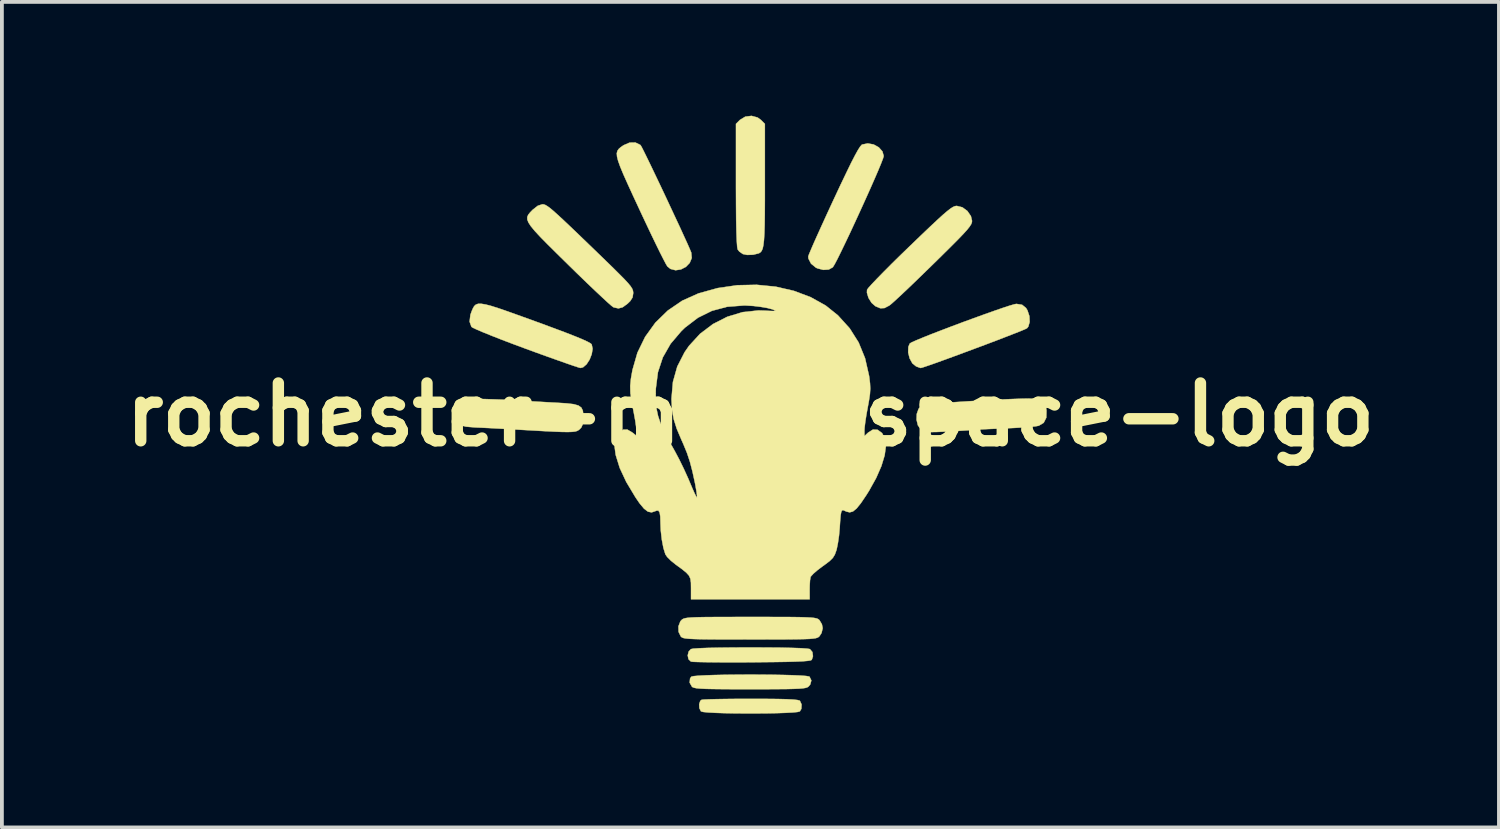
<source format=kicad_pcb>
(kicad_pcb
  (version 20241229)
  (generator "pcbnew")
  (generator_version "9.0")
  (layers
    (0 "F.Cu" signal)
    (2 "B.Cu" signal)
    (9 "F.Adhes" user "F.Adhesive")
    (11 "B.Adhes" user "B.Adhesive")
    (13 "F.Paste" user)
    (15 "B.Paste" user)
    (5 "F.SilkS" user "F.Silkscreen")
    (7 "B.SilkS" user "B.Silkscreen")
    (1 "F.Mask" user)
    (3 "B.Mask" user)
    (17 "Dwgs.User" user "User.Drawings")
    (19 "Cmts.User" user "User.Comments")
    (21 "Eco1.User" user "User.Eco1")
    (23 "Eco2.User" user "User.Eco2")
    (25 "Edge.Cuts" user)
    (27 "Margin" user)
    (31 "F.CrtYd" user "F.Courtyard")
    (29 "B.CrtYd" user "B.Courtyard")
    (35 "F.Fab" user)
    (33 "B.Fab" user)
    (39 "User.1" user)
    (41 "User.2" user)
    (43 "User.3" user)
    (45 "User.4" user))
  (footprint "rochester-makerspace-logo"
    (layer "F.Cu")
    (at 16.735 7.882)
    (property "Reference" "rochester-makerspace-logo" (at 0 0 0) (layer "F.SilkS") (effects (font (size 1.524 1.524) (thickness 0.3))))
    (attr through_hole)
    (fp_poly (pts (xy 0.189 -7.834) (xy 0.277 -7.77) (xy 0.381 -7.666) (xy 0.381 -6.079) (xy 0.381 -5.645) (xy 0.379 -5.287) (xy 0.375 -4.999) (xy 0.368 -4.772) (xy 0.357 -4.598) (xy 0.342 -4.47) (xy 0.323 -4.38) (xy 0.297 -4.319) (xy 0.266 -4.281) (xy 0.227 -4.256) (xy 0.217 -4.252) (xy 0.071 -4.216) (xy -0.088 -4.211) (xy -0.198 -4.234) (xy -0.293 -4.3) (xy -0.336 -4.355) (xy -0.349 -4.424) (xy -0.36 -4.577) (xy -0.369 -4.812) (xy -0.376 -5.128) (xy -0.379 -5.523) (xy -0.381 -5.997) (xy -0.381 -6.053) (xy -0.381 -7.666) (xy -0.277 -7.77) (xy -0.136 -7.856) (xy 0.029 -7.877) (xy 0.189 -7.834)) (stroke (width 0.01) (type solid)) (fill yes) (layer "F.SilkS"))
    (fp_poly (pts (xy 0.406 7.494) (xy 0.717 7.497) (xy 0.955 7.503) (xy 1.127 7.512) (xy 1.239 7.524) (xy 1.296 7.539) (xy 1.304 7.544) (xy 1.349 7.641) (xy 1.343 7.755) (xy 1.304 7.823) (xy 1.247 7.839) (xy 1.119 7.852) (xy 0.931 7.862) (xy 0.699 7.87) (xy 0.433 7.875) (xy 0.148 7.877) (xy -0.143 7.877) (xy -0.428 7.875) (xy -0.694 7.87) (xy -0.928 7.862) (xy -1.116 7.852) (xy -1.245 7.839) (xy -1.304 7.823) (xy -1.304 7.823) (xy -1.346 7.739) (xy -1.351 7.634) (xy -1.322 7.547) (xy -1.288 7.519) (xy -1.23 7.512) (xy -1.098 7.506) (xy -0.904 7.501) (xy -0.66 7.497) (xy -0.375 7.494) (xy -0.063 7.493) (xy 0.016 7.493) (xy 0.406 7.494)) (stroke (width 0.01) (type solid)) (fill yes) (layer "F.SilkS"))
    (fp_poly (pts (xy 0.435 6.14) (xy 0.806 6.143) (xy 1.109 6.15) (xy 1.339 6.158) (xy 1.493 6.169) (xy 1.567 6.181) (xy 1.569 6.182) (xy 1.634 6.259) (xy 1.649 6.37) (xy 1.617 6.465) (xy 1.586 6.48) (xy 1.508 6.492) (xy 1.378 6.503) (xy 1.19 6.511) (xy 0.938 6.518) (xy 0.615 6.523) (xy 0.216 6.527) (xy 0.048 6.529) (xy -0.307 6.531) (xy -0.638 6.531) (xy -0.934 6.529) (xy -1.185 6.526) (xy -1.382 6.522) (xy -1.513 6.517) (xy -1.569 6.51) (xy -1.633 6.448) (xy -1.653 6.348) (xy -1.629 6.247) (xy -1.569 6.182) (xy -1.502 6.169) (xy -1.354 6.159) (xy -1.129 6.15) (xy -0.832 6.144) (xy -0.466 6.14) (xy -0.036 6.138) (xy 0 6.138) (xy 0.435 6.14)) (stroke (width 0.01) (type solid)) (fill yes) (layer "F.SilkS"))
    (fp_poly (pts (xy 0.265 6.855) (xy 0.572 6.858) (xy 0.858 6.863) (xy 1.11 6.87) (xy 1.317 6.879) (xy 1.467 6.89) (xy 1.548 6.904) (xy 1.558 6.909) (xy 1.606 7.008) (xy 1.577 7.115) (xy 1.531 7.169) (xy 1.503 7.188) (xy 1.459 7.203) (xy 1.389 7.215) (xy 1.287 7.224) (xy 1.143 7.23) (xy 0.948 7.235) (xy 0.693 7.237) (xy 0.372 7.239) (xy -0.011 7.239) (xy -0.408 7.239) (xy -0.729 7.237) (xy -0.981 7.234) (xy -1.175 7.23) (xy -1.318 7.223) (xy -1.418 7.214) (xy -1.484 7.201) (xy -1.524 7.186) (xy -1.542 7.172) (xy -1.602 7.066) (xy -1.591 6.956) (xy -1.558 6.909) (xy -1.502 6.895) (xy -1.374 6.883) (xy -1.184 6.873) (xy -0.946 6.865) (xy -0.67 6.859) (xy -0.368 6.856) (xy -0.053 6.854) (xy 0.265 6.855)) (stroke (width 0.01) (type solid)) (fill yes) (layer "F.SilkS"))
    (fp_poly (pts (xy -6.977 -2.903) (xy -6.818 -2.861) (xy -6.61 -2.794) (xy -6.346 -2.702) (xy -6.017 -2.584) (xy -5.655 -2.453) (xy -5.239 -2.3) (xy -4.899 -2.173) (xy -4.63 -2.068) (xy -4.429 -1.985) (xy -4.29 -1.921) (xy -4.209 -1.875) (xy -4.185 -1.852) (xy -4.161 -1.736) (xy -4.184 -1.595) (xy -4.24 -1.451) (xy -4.321 -1.327) (xy -4.413 -1.248) (xy -4.481 -1.231) (xy -4.536 -1.246) (xy -4.661 -1.287) (xy -4.846 -1.351) (xy -5.081 -1.434) (xy -5.357 -1.532) (xy -5.664 -1.643) (xy -5.927 -1.739) (xy -6.252 -1.86) (xy -6.552 -1.974) (xy -6.819 -2.079) (xy -7.042 -2.169) (xy -7.213 -2.242) (xy -7.321 -2.293) (xy -7.355 -2.315) (xy -7.404 -2.452) (xy -7.383 -2.631) (xy -7.347 -2.732) (xy -7.315 -2.805) (xy -7.282 -2.862) (xy -7.239 -2.901) (xy -7.18 -2.922) (xy -7.095 -2.923) (xy -6.977 -2.903)) (stroke (width 0.01) (type solid)) (fill yes) (layer "F.SilkS"))
    (fp_poly (pts (xy 3.248 -7.123) (xy 3.384 -7.048) (xy 3.48 -6.94) (xy 3.514 -6.819) (xy 3.496 -6.755) (xy 3.447 -6.627) (xy 3.371 -6.443) (xy 3.273 -6.216) (xy 3.158 -5.955) (xy 3.031 -5.672) (xy 2.897 -5.377) (xy 2.761 -5.081) (xy 2.628 -4.795) (xy 2.502 -4.53) (xy 2.389 -4.296) (xy 2.294 -4.104) (xy 2.221 -3.965) (xy 2.175 -3.89) (xy 2.171 -3.885) (xy 2.066 -3.826) (xy 1.921 -3.817) (xy 1.766 -3.857) (xy 1.726 -3.876) (xy 1.598 -3.981) (xy 1.53 -4.113) (xy 1.524 -4.166) (xy 1.541 -4.218) (xy 1.591 -4.338) (xy 1.668 -4.517) (xy 1.77 -4.745) (xy 1.892 -5.014) (xy 2.03 -5.316) (xy 2.18 -5.64) (xy 2.187 -5.655) (xy 2.373 -6.052) (xy 2.529 -6.378) (xy 2.655 -6.637) (xy 2.757 -6.835) (xy 2.835 -6.976) (xy 2.894 -7.068) (xy 2.935 -7.115) (xy 2.946 -7.121) (xy 3.094 -7.151) (xy 3.248 -7.123)) (stroke (width 0.01) (type solid)) (fill yes) (layer "F.SilkS"))
    (fp_poly (pts (xy 7.163 -2.896) (xy 7.266 -2.812) (xy 7.304 -2.749) (xy 7.355 -2.597) (xy 7.362 -2.444) (xy 7.326 -2.32) (xy 7.292 -2.278) (xy 7.241 -2.253) (xy 7.122 -2.203) (xy 6.947 -2.134) (xy 6.726 -2.048) (xy 6.472 -1.95) (xy 6.194 -1.845) (xy 5.904 -1.737) (xy 5.614 -1.629) (xy 5.335 -1.526) (xy 5.077 -1.432) (xy 4.853 -1.351) (xy 4.672 -1.288) (xy 4.547 -1.246) (xy 4.489 -1.23) (xy 4.487 -1.23) (xy 4.436 -1.247) (xy 4.369 -1.272) (xy 4.27 -1.352) (xy 4.197 -1.485) (xy 4.159 -1.64) (xy 4.164 -1.787) (xy 4.202 -1.876) (xy 4.252 -1.906) (xy 4.371 -1.959) (xy 4.547 -2.032) (xy 4.769 -2.121) (xy 5.026 -2.22) (xy 5.306 -2.327) (xy 5.597 -2.436) (xy 5.89 -2.543) (xy 6.171 -2.645) (xy 6.43 -2.737) (xy 6.656 -2.815) (xy 6.836 -2.874) (xy 6.961 -2.91) (xy 7.013 -2.92) (xy 7.163 -2.896)) (stroke (width 0.01) (type solid)) (fill yes) (layer "F.SilkS"))
    (fp_poly (pts (xy -2.906 -7.113) (xy -2.893 -7.1) (xy -2.866 -7.053) (xy -2.808 -6.939) (xy -2.725 -6.77) (xy -2.621 -6.556) (xy -2.502 -6.307) (xy -2.372 -6.035) (xy -2.237 -5.749) (xy -2.102 -5.46) (xy -1.971 -5.18) (xy -1.849 -4.919) (xy -1.743 -4.686) (xy -1.655 -4.494) (xy -1.593 -4.352) (xy -1.56 -4.272) (xy -1.547 -4.13) (xy -1.6 -4.001) (xy -1.7 -3.897) (xy -1.831 -3.829) (xy -1.973 -3.807) (xy -2.108 -3.842) (xy -2.187 -3.905) (xy -2.224 -3.965) (xy -2.291 -4.092) (xy -2.385 -4.277) (xy -2.5 -4.512) (xy -2.632 -4.786) (xy -2.776 -5.09) (xy -2.919 -5.395) (xy -3.096 -5.776) (xy -3.239 -6.088) (xy -3.351 -6.339) (xy -3.433 -6.537) (xy -3.488 -6.69) (xy -3.517 -6.805) (xy -3.523 -6.892) (xy -3.506 -6.956) (xy -3.47 -7.007) (xy -3.417 -7.053) (xy -3.347 -7.101) (xy -3.344 -7.103) (xy -3.187 -7.171) (xy -3.033 -7.174) (xy -2.906 -7.113)) (stroke (width 0.01) (type solid)) (fill yes) (layer "F.SilkS"))
    (fp_poly (pts (xy 5.589 -5.466) (xy 5.721 -5.368) (xy 5.813 -5.234) (xy 5.843 -5.108) (xy 5.838 -5.067) (xy 5.819 -5.019) (xy 5.779 -4.957) (xy 5.714 -4.875) (xy 5.616 -4.767) (xy 5.481 -4.626) (xy 5.301 -4.445) (xy 5.072 -4.218) (xy 4.816 -3.966) (xy 4.567 -3.724) (xy 4.333 -3.497) (xy 4.121 -3.294) (xy 3.939 -3.123) (xy 3.795 -2.99) (xy 3.698 -2.905) (xy 3.662 -2.877) (xy 3.533 -2.81) (xy 3.424 -2.805) (xy 3.297 -2.858) (xy 3.194 -2.948) (xy 3.113 -3.078) (xy 3.072 -3.214) (xy 3.075 -3.291) (xy 3.11 -3.341) (xy 3.2 -3.441) (xy 3.337 -3.585) (xy 3.514 -3.766) (xy 3.724 -3.977) (xy 3.96 -4.209) (xy 4.201 -4.442) (xy 4.493 -4.723) (xy 4.731 -4.95) (xy 4.922 -5.129) (xy 5.071 -5.265) (xy 5.187 -5.364) (xy 5.274 -5.432) (xy 5.34 -5.474) (xy 5.391 -5.496) (xy 5.434 -5.503) (xy 5.442 -5.503) (xy 5.589 -5.466)) (stroke (width 0.01) (type solid)) (fill yes) (layer "F.SilkS"))
    (fp_poly (pts (xy -7.216 -0.415) (xy -6.981 -0.41) (xy -6.723 -0.402) (xy -6.457 -0.392) (xy -6.198 -0.379) (xy -5.963 -0.365) (xy -5.884 -0.359) (xy -5.75 -0.35) (xy -5.556 -0.339) (xy -5.331 -0.326) (xy -5.107 -0.314) (xy -4.847 -0.298) (xy -4.66 -0.276) (xy -4.534 -0.24) (xy -4.457 -0.185) (xy -4.418 -0.103) (xy -4.404 0.013) (xy -4.403 0.083) (xy -4.414 0.233) (xy -4.454 0.332) (xy -4.495 0.379) (xy -4.529 0.407) (xy -4.568 0.429) (xy -4.622 0.445) (xy -4.701 0.454) (xy -4.812 0.458) (xy -4.965 0.456) (xy -5.169 0.448) (xy -5.433 0.435) (xy -5.766 0.416) (xy -6.054 0.4) (xy -6.345 0.383) (xy -6.627 0.368) (xy -6.882 0.354) (xy -7.093 0.344) (xy -7.24 0.338) (xy -7.26 0.337) (xy -7.499 0.317) (xy -7.665 0.271) (xy -7.769 0.193) (xy -7.821 0.075) (xy -7.832 -0.044) (xy -7.805 -0.211) (xy -7.735 -0.34) (xy -7.632 -0.408) (xy -7.629 -0.409) (xy -7.555 -0.415) (xy -7.413 -0.417) (xy -7.216 -0.415)) (stroke (width 0.01) (type solid)) (fill yes) (layer "F.SilkS"))
    (fp_poly (pts (xy 7.546 -0.413) (xy 7.676 -0.376) (xy 7.754 -0.301) (xy 7.796 -0.178) (xy 7.806 -0.111) (xy 7.801 0.078) (xy 7.733 0.214) (xy 7.603 0.292) (xy 7.517 0.308) (xy 7.364 0.324) (xy 7.161 0.339) (xy 6.927 0.352) (xy 6.773 0.359) (xy 6.522 0.369) (xy 6.286 0.379) (xy 6.085 0.389) (xy 5.937 0.398) (xy 5.884 0.402) (xy 5.768 0.411) (xy 5.591 0.422) (xy 5.377 0.435) (xy 5.15 0.446) (xy 5.143 0.447) (xy 4.914 0.457) (xy 4.753 0.46) (xy 4.645 0.455) (xy 4.574 0.441) (xy 4.523 0.415) (xy 4.498 0.396) (xy 4.416 0.283) (xy 4.38 0.136) (xy 4.386 -0.019) (xy 4.434 -0.154) (xy 4.522 -0.245) (xy 4.539 -0.253) (xy 4.604 -0.265) (xy 4.74 -0.28) (xy 4.936 -0.297) (xy 5.179 -0.315) (xy 5.458 -0.334) (xy 5.758 -0.353) (xy 6.069 -0.371) (xy 6.378 -0.388) (xy 6.672 -0.402) (xy 6.938 -0.413) (xy 7.165 -0.421) (xy 7.34 -0.424) (xy 7.349 -0.424) (xy 7.546 -0.413)) (stroke (width 0.01) (type solid)) (fill yes) (layer "F.SilkS"))
    (fp_poly (pts (xy -5.45 -5.543) (xy -5.411 -5.53) (xy -5.362 -5.502) (xy -5.296 -5.456) (xy -5.21 -5.385) (xy -5.097 -5.284) (xy -4.951 -5.15) (xy -4.767 -4.976) (xy -4.539 -4.758) (xy -4.263 -4.492) (xy -3.931 -4.171) (xy -3.905 -4.146) (xy -3.66 -3.908) (xy -3.47 -3.72) (xy -3.327 -3.576) (xy -3.225 -3.466) (xy -3.157 -3.383) (xy -3.117 -3.32) (xy -3.097 -3.268) (xy -3.091 -3.22) (xy -3.09 -3.207) (xy -3.107 -3.092) (xy -3.169 -2.994) (xy -3.24 -2.925) (xy -3.369 -2.831) (xy -3.48 -2.801) (xy -3.601 -2.828) (xy -3.619 -2.836) (xy -3.668 -2.874) (xy -3.77 -2.964) (xy -3.917 -3.1) (xy -4.102 -3.274) (xy -4.318 -3.48) (xy -4.557 -3.711) (xy -4.796 -3.945) (xy -5.098 -4.242) (xy -5.344 -4.486) (xy -5.538 -4.683) (xy -5.685 -4.842) (xy -5.788 -4.967) (xy -5.853 -5.066) (xy -5.883 -5.145) (xy -5.883 -5.212) (xy -5.857 -5.271) (xy -5.809 -5.331) (xy -5.744 -5.398) (xy -5.74 -5.402) (xy -5.606 -5.507) (xy -5.486 -5.546) (xy -5.484 -5.546) (xy -5.45 -5.543)) (stroke (width 0.01) (type solid)) (fill yes) (layer "F.SilkS"))
    (fp_poly (pts (xy 0.429 5.334) (xy 0.782 5.335) (xy 1.066 5.336) (xy 1.289 5.339) (xy 1.459 5.344) (xy 1.585 5.35) (xy 1.675 5.359) (xy 1.736 5.37) (xy 1.776 5.385) (xy 1.804 5.403) (xy 1.82 5.419) (xy 1.884 5.525) (xy 1.905 5.63) (xy 1.876 5.755) (xy 1.82 5.842) (xy 1.797 5.863) (xy 1.766 5.88) (xy 1.721 5.894) (xy 1.653 5.904) (xy 1.555 5.913) (xy 1.417 5.918) (xy 1.233 5.922) (xy 0.995 5.925) (xy 0.693 5.926) (xy 0.322 5.927) (xy -0.015 5.927) (xy -0.447 5.926) (xy -0.802 5.926) (xy -1.089 5.924) (xy -1.314 5.921) (xy -1.486 5.916) (xy -1.613 5.91) (xy -1.703 5.901) (xy -1.763 5.89) (xy -1.802 5.875) (xy -1.827 5.858) (xy -1.835 5.849) (xy -1.894 5.728) (xy -1.898 5.582) (xy -1.847 5.45) (xy -1.82 5.419) (xy -1.797 5.398) (xy -1.766 5.381) (xy -1.721 5.367) (xy -1.653 5.356) (xy -1.554 5.348) (xy -1.416 5.342) (xy -1.231 5.338) (xy -0.991 5.336) (xy -0.688 5.335) (xy -0.315 5.334) (xy 0 5.334) (xy 0.429 5.334)) (stroke (width 0.01) (type solid)) (fill yes) (layer "F.SilkS"))
    (fp_poly (pts (xy 0.666 -3.374) (xy 1.145 -3.264) (xy 1.589 -3.097) (xy 1.988 -2.874) (xy 2.307 -2.618) (xy 2.617 -2.276) (xy 2.853 -1.903) (xy 3.022 -1.489) (xy 3.128 -1.024) (xy 3.133 -0.991) (xy 3.153 -0.826) (xy 3.16 -0.686) (xy 3.151 -0.543) (xy 3.125 -0.368) (xy 3.094 -0.198) (xy 3.057 0.006) (xy 3.028 0.195) (xy 3.01 0.344) (xy 3.006 0.412) (xy 3.006 0.565) (xy 3.104 0.473) (xy 3.23 0.394) (xy 3.352 0.399) (xy 3.47 0.485) (xy 3.55 0.63) (xy 3.572 0.829) (xy 3.539 1.073) (xy 3.453 1.356) (xy 3.316 1.669) (xy 3.128 2.007) (xy 3.051 2.129) (xy 2.911 2.336) (xy 2.799 2.474) (xy 2.704 2.552) (xy 2.617 2.576) (xy 2.528 2.555) (xy 2.501 2.542) (xy 2.452 2.519) (xy 2.418 2.522) (xy 2.395 2.562) (xy 2.379 2.651) (xy 2.366 2.803) (xy 2.354 2.985) (xy 2.336 3.187) (xy 2.307 3.386) (xy 2.275 3.546) (xy 2.266 3.577) (xy 2.226 3.689) (xy 2.173 3.776) (xy 2.09 3.859) (xy 1.958 3.959) (xy 1.906 3.996) (xy 1.768 4.1) (xy 1.657 4.196) (xy 1.593 4.268) (xy 1.585 4.283) (xy 1.571 4.369) (xy 1.563 4.504) (xy 1.561 4.616) (xy 1.562 4.868) (xy -1.566 4.868) (xy -1.566 4.574) (xy -1.568 4.431) (xy -1.582 4.327) (xy -1.62 4.244) (xy -1.692 4.164) (xy -1.811 4.068) (xy -1.967 3.955) (xy -2.094 3.853) (xy -2.194 3.753) (xy -2.242 3.683) (xy -2.294 3.515) (xy -2.336 3.295) (xy -2.363 3.059) (xy -2.371 2.876) (xy -2.376 2.69) (xy -2.393 2.578) (xy -2.428 2.529) (xy -2.483 2.533) (xy -2.506 2.544) (xy -2.605 2.577) (xy -2.702 2.557) (xy -2.805 2.479) (xy -2.924 2.336) (xy -3.031 2.179) (xy -3.274 1.773) (xy -3.446 1.405) (xy -3.55 1.069) (xy -3.555 1.044) (xy -3.584 0.822) (xy -3.565 0.653) (xy -3.495 0.516) (xy -3.461 0.476) (xy -3.354 0.397) (xy -3.245 0.394) (xy -3.117 0.469) (xy -3.006 0.556) (xy -3.006 0.416) (xy -3.015 0.312) (xy -3.038 0.153) (xy -3.072 -0.034) (xy -3.09 -0.127) (xy -3.139 -0.38) (xy -3.161 -0.552) (xy -2.497 -0.552) (xy -2.492 -0.336) (xy -2.474 -0.147) (xy -2.436 0.031) (xy -2.375 0.215) (xy -2.284 0.422) (xy -2.159 0.666) (xy -1.992 0.965) (xy -1.987 0.974) (xy -1.879 1.178) (xy -1.76 1.421) (xy -1.649 1.664) (xy -1.605 1.768) (xy -1.532 1.94) (xy -1.471 2.077) (xy -1.427 2.163) (xy -1.408 2.185) (xy -1.408 2.138) (xy -1.422 2.028) (xy -1.448 1.876) (xy -1.46 1.813) (xy -1.528 1.5) (xy -1.595 1.243) (xy -1.672 1.011) (xy -1.768 0.777) (xy -1.818 0.665) (xy -1.942 0.373) (xy -2.023 0.118) (xy -2.067 -0.129) (xy -2.081 -0.397) (xy -2.081 -0.423) (xy -2.043 -0.862) (xy -1.929 -1.267) (xy -1.736 -1.645) (xy -1.617 -1.816) (xy -1.328 -2.131) (xy -0.988 -2.388) (xy -0.611 -2.58) (xy -0.208 -2.702) (xy 0.208 -2.747) (xy 0.383 -2.742) (xy 0.526 -2.734) (xy 0.626 -2.732) (xy 0.663 -2.738) (xy 0.662 -2.739) (xy 0.589 -2.774) (xy 0.453 -2.81) (xy 0.277 -2.841) (xy 0.082 -2.865) (xy -0.11 -2.877) (xy -0.171 -2.878) (xy -0.614 -2.844) (xy -1.016 -2.737) (xy -1.384 -2.555) (xy -1.725 -2.295) (xy -1.821 -2.202) (xy -2.105 -1.868) (xy -2.31 -1.509) (xy -2.439 -1.118) (xy -2.494 -0.688) (xy -2.497 -0.552) (xy -3.161 -0.552) (xy -3.165 -0.582) (xy -3.169 -0.76) (xy -3.151 -0.945) (xy -3.112 -1.166) (xy -3.11 -1.177) (xy -2.979 -1.633) (xy -2.775 -2.052) (xy -2.507 -2.424) (xy -2.179 -2.744) (xy -1.799 -3.004) (xy -1.371 -3.196) (xy -1.368 -3.197) (xy -0.863 -3.337) (xy -0.348 -3.412) (xy 0.165 -3.423) (xy 0.666 -3.374)) (stroke (width 0.01) (type solid)) (fill yes) (layer "F.SilkS")))
  (gr_rect
    (start -3 -3)
    (end 36.47 18.765)
    (stroke (width 0.1) (type default))
    (fill no)
    (layer "Edge.Cuts")))
</source>
